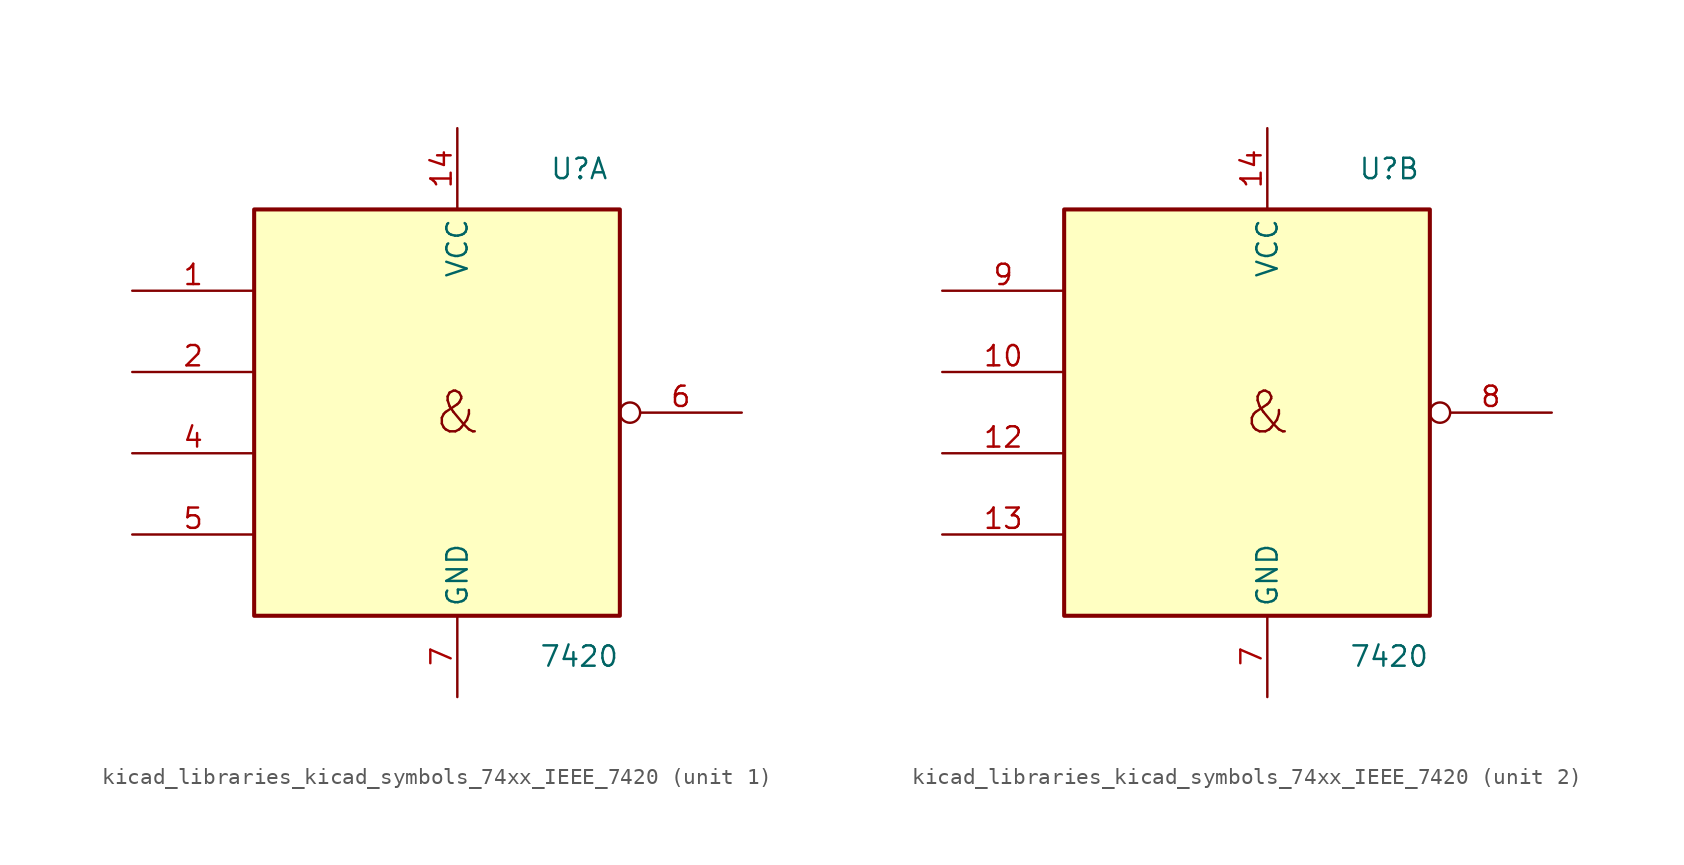
<source format=kicad_sym>
(kicad_symbol_lib
  (version 20220914)
  (generator kicad_symbol_editor)
  (symbol "kicad_libraries_kicad_symbols_74xx_IEEE_7420"
    (property "Reference" "U"
      (at 7.62 15.24 0)
      (effects (font (size 1.27 1.27))))
    (property "Value" "7420"
      (at 7.62 -15.24 0)
      (effects (font (size 1.27 1.27))))
    (symbol "kicad_libraries_kicad_symbols_74xx_IEEE_7420_0_0"
      (text "&" (at 0 0 0) (effects (font (size 2.54 2.54)))))
    (symbol "kicad_libraries_kicad_symbols_74xx_IEEE_7420_0_1"
      (rectangle (start -12.7 12.7) (end 10.16 -12.7) (stroke (width 0.254) (type default)) (fill (type background)))
      (pin power_in line (at 0 17.78 270) (length 5.08) (name "VCC" (effects (font (size 1.27 1.27)))) (number "14" (effects (font (size 1.27 1.27)))))
      (pin power_in line (at 0 -17.78 90) (length 5.08) (name "GND" (effects (font (size 1.27 1.27)))) (number "7" (effects (font (size 1.27 1.27))))))
    (symbol "kicad_libraries_kicad_symbols_74xx_IEEE_7420_1_1"
      (pin input line (at -20.32 7.62 0) (length 7.62) (name "~" (effects (font (size 1.27 1.27)))) (number "1" (effects (font (size 1.27 1.27)))))
      (pin input line (at -20.32 2.54 0) (length 7.62) (name "~" (effects (font (size 1.27 1.27)))) (number "2" (effects (font (size 1.27 1.27)))))
      (pin input line (at -20.32 -2.54 0) (length 7.62) (name "~" (effects (font (size 1.27 1.27)))) (number "4" (effects (font (size 1.27 1.27)))))
      (pin input line (at -20.32 -7.62 0) (length 7.62) (name "~" (effects (font (size 1.27 1.27)))) (number "5" (effects (font (size 1.27 1.27)))))
      (pin output inverted (at 17.78 0 180) (length 7.62) (name "~" (effects (font (size 1.27 1.27)))) (number "6" (effects (font (size 1.27 1.27))))))
    (symbol "kicad_libraries_kicad_symbols_74xx_IEEE_7420_2_1"
      (pin input line (at -20.32 2.54 0) (length 7.62) (name "~" (effects (font (size 1.27 1.27)))) (number "10" (effects (font (size 1.27 1.27)))))
      (pin input line (at -20.32 -2.54 0) (length 7.62) (name "~" (effects (font (size 1.27 1.27)))) (number "12" (effects (font (size 1.27 1.27)))))
      (pin input line (at -20.32 -7.62 0) (length 7.62) (name "~" (effects (font (size 1.27 1.27)))) (number "13" (effects (font (size 1.27 1.27)))))
      (pin output inverted (at 17.78 0 180) (length 7.62) (name "~" (effects (font (size 1.27 1.27)))) (number "8" (effects (font (size 1.27 1.27)))))
      (pin input line (at -20.32 7.62 0) (length 7.62) (name "~" (effects (font (size 1.27 1.27)))) (number "9" (effects (font (size 1.27 1.27))))))))
</source>
